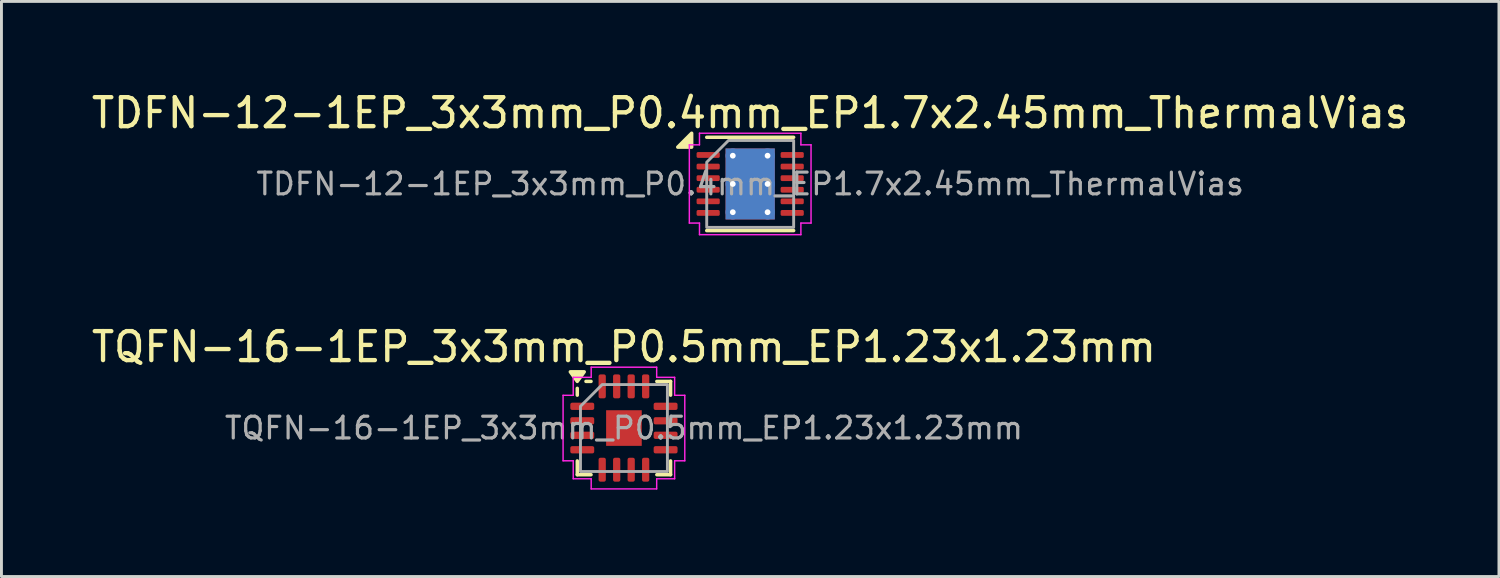
<source format=kicad_pcb>
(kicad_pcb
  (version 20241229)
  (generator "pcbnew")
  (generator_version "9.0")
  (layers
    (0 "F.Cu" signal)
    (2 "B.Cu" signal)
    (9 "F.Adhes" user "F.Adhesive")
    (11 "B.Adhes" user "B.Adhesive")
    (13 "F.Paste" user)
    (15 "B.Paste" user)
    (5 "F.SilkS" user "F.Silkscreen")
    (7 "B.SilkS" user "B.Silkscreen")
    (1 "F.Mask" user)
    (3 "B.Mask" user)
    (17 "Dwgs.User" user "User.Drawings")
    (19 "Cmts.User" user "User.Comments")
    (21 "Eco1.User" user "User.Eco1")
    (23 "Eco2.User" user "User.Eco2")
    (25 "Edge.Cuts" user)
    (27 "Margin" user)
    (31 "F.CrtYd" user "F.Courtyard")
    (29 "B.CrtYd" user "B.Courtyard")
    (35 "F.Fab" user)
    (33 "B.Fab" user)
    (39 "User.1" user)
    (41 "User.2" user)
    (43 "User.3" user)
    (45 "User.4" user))
  (footprint "TQFN-16-1EP_3x3mm_P0.5mm_EP1.23x1.23mm"
    (layer "F.Cu")
    (at 18.482 11.722)
    (property "Reference" "TQFN-16-1EP_3x3mm_P0.5mm_EP1.23x1.23mm" (at 0 -2.8 0) (layer "F.SilkS") (effects (font (size 1 1) (thickness 0.15))))
    (attr smd)
    (fp_line (start -1.61 -1.135) (end -1.61 -1.37) (stroke (width 0.12) (type solid)) (layer "F.SilkS"))
    (fp_line (start -1.61 1.61) (end -1.61 1.135) (stroke (width 0.12) (type solid)) (layer "F.SilkS"))
    (fp_line (start -1.135 -1.61) (end -1.31 -1.61) (stroke (width 0.12) (type solid)) (layer "F.SilkS"))
    (fp_line (start -1.135 1.61) (end -1.61 1.61) (stroke (width 0.12) (type solid)) (layer "F.SilkS"))
    (fp_line (start 1.135 -1.61) (end 1.61 -1.61) (stroke (width 0.12) (type solid)) (layer "F.SilkS"))
    (fp_line (start 1.135 1.61) (end 1.61 1.61) (stroke (width 0.12) (type solid)) (layer "F.SilkS"))
    (fp_line (start 1.61 -1.61) (end 1.61 -1.135) (stroke (width 0.12) (type solid)) (layer "F.SilkS"))
    (fp_line (start 1.61 1.61) (end 1.61 1.135) (stroke (width 0.12) (type solid)) (layer "F.SilkS"))
    (fp_poly (pts (xy -1.61 -1.61) (xy -1.85 -1.94) (xy -1.37 -1.94)) (stroke (width 0.12) (type solid)) (fill yes) (layer "F.SilkS"))
    (fp_line (start -2.1 -1.13) (end -1.75 -1.13) (stroke (width 0.05) (type solid)) (layer "F.CrtYd"))
    (fp_line (start -2.1 1.13) (end -2.1 -1.13) (stroke (width 0.05) (type solid)) (layer "F.CrtYd"))
    (fp_line (start -1.75 -1.75) (end -1.13 -1.75) (stroke (width 0.05) (type solid)) (layer "F.CrtYd"))
    (fp_line (start -1.75 -1.13) (end -1.75 -1.75) (stroke (width 0.05) (type solid)) (layer "F.CrtYd"))
    (fp_line (start -1.75 1.13) (end -2.1 1.13) (stroke (width 0.05) (type solid)) (layer "F.CrtYd"))
    (fp_line (start -1.75 1.75) (end -1.75 1.13) (stroke (width 0.05) (type solid)) (layer "F.CrtYd"))
    (fp_line (start -1.13 -2.1) (end 1.13 -2.1) (stroke (width 0.05) (type solid)) (layer "F.CrtYd"))
    (fp_line (start -1.13 -1.75) (end -1.13 -2.1) (stroke (width 0.05) (type solid)) (layer "F.CrtYd"))
    (fp_line (start -1.13 1.75) (end -1.75 1.75) (stroke (width 0.05) (type solid)) (layer "F.CrtYd"))
    (fp_line (start -1.13 2.1) (end -1.13 1.75) (stroke (width 0.05) (type solid)) (layer "F.CrtYd"))
    (fp_line (start 1.13 -2.1) (end 1.13 -1.75) (stroke (width 0.05) (type solid)) (layer "F.CrtYd"))
    (fp_line (start 1.13 -1.75) (end 1.75 -1.75) (stroke (width 0.05) (type solid)) (layer "F.CrtYd"))
    (fp_line (start 1.13 1.75) (end 1.13 2.1) (stroke (width 0.05) (type solid)) (layer "F.CrtYd"))
    (fp_line (start 1.13 2.1) (end -1.13 2.1) (stroke (width 0.05) (type solid)) (layer "F.CrtYd"))
    (fp_line (start 1.75 -1.75) (end 1.75 -1.13) (stroke (width 0.05) (type solid)) (layer "F.CrtYd"))
    (fp_line (start 1.75 -1.13) (end 2.1 -1.13) (stroke (width 0.05) (type solid)) (layer "F.CrtYd"))
    (fp_line (start 1.75 1.13) (end 1.75 1.75) (stroke (width 0.05) (type solid)) (layer "F.CrtYd"))
    (fp_line (start 1.75 1.75) (end 1.13 1.75) (stroke (width 0.05) (type solid)) (layer "F.CrtYd"))
    (fp_line (start 2.1 -1.13) (end 2.1 1.13) (stroke (width 0.05) (type solid)) (layer "F.CrtYd"))
    (fp_line (start 2.1 1.13) (end 1.75 1.13) (stroke (width 0.05) (type solid)) (layer "F.CrtYd"))
    (fp_poly (pts (xy -1.5 -0.75) (xy -1.5 1.5) (xy 1.5 1.5) (xy 1.5 -1.5) (xy -0.75 -1.5)) (stroke (width 0.1) (type solid)) (fill no) (layer "F.Fab"))
    (fp_text user "${REFERENCE}" (at 0 0 0) (layer "F.Fab") (effects (font (size 0.75 0.75) (thickness 0.11))))
    (pad "" smd roundrect (at -0.31 -0.31) (size 0.5 0.5) (layers "F.Paste") (roundrect_rratio 0.25))
    (pad "" smd roundrect (at -0.31 0.31) (size 0.5 0.5) (layers "F.Paste") (roundrect_rratio 0.25))
    (pad "" smd roundrect (at 0.31 -0.31) (size 0.5 0.5) (layers "F.Paste") (roundrect_rratio 0.25))
    (pad "" smd roundrect (at 0.31 0.31) (size 0.5 0.5) (layers "F.Paste") (roundrect_rratio 0.25))
    (pad "1" smd roundrect (at -1.438 -0.75) (size 0.825 0.25) (layers "F.Cu" "F.Mask" "F.Paste") (roundrect_rratio 0.25))
    (pad "2" smd roundrect (at -1.438 -0.25) (size 0.825 0.25) (layers "F.Cu" "F.Mask" "F.Paste") (roundrect_rratio 0.25))
    (pad "3" smd roundrect (at -1.438 0.25) (size 0.825 0.25) (layers "F.Cu" "F.Mask" "F.Paste") (roundrect_rratio 0.25))
    (pad "4" smd roundrect (at -1.438 0.75) (size 0.825 0.25) (layers "F.Cu" "F.Mask" "F.Paste") (roundrect_rratio 0.25))
    (pad "5" smd roundrect (at -0.75 1.438) (size 0.25 0.825) (layers "F.Cu" "F.Mask" "F.Paste") (roundrect_rratio 0.25))
    (pad "6" smd roundrect (at -0.25 1.438) (size 0.25 0.825) (layers "F.Cu" "F.Mask" "F.Paste") (roundrect_rratio 0.25))
    (pad "7" smd roundrect (at 0.25 1.438) (size 0.25 0.825) (layers "F.Cu" "F.Mask" "F.Paste") (roundrect_rratio 0.25))
    (pad "8" smd roundrect (at 0.75 1.438) (size 0.25 0.825) (layers "F.Cu" "F.Mask" "F.Paste") (roundrect_rratio 0.25))
    (pad "9" smd roundrect (at 1.438 0.75) (size 0.825 0.25) (layers "F.Cu" "F.Mask" "F.Paste") (roundrect_rratio 0.25))
    (pad "10" smd roundrect (at 1.438 0.25) (size 0.825 0.25) (layers "F.Cu" "F.Mask" "F.Paste") (roundrect_rratio 0.25))
    (pad "11" smd roundrect (at 1.438 -0.25) (size 0.825 0.25) (layers "F.Cu" "F.Mask" "F.Paste") (roundrect_rratio 0.25))
    (pad "12" smd roundrect (at 1.438 -0.75) (size 0.825 0.25) (layers "F.Cu" "F.Mask" "F.Paste") (roundrect_rratio 0.25))
    (pad "13" smd roundrect (at 0.75 -1.438) (size 0.25 0.825) (layers "F.Cu" "F.Mask" "F.Paste") (roundrect_rratio 0.25))
    (pad "14" smd roundrect (at 0.25 -1.438) (size 0.25 0.825) (layers "F.Cu" "F.Mask" "F.Paste") (roundrect_rratio 0.25))
    (pad "15" smd roundrect (at -0.25 -1.438) (size 0.25 0.825) (layers "F.Cu" "F.Mask" "F.Paste") (roundrect_rratio 0.25))
    (pad "16" smd roundrect (at -0.75 -1.438) (size 0.25 0.825) (layers "F.Cu" "F.Mask" "F.Paste") (roundrect_rratio 0.25))
    (pad "17" smd rect (at 0 0) (size 1.23 1.23) (property pad_prop_heatsink) (layers "F.Cu" "F.Mask")))
  (footprint "TDFN-12-1EP_3x3mm_P0.4mm_EP1.7x2.45mm_ThermalVias"
    (layer "F.Cu")
    (at 22.839 3.298)
    (property "Reference" "TDFN-12-1EP_3x3mm_P0.4mm_EP1.7x2.45mm_ThermalVias" (at 0 -2.45 0) (layer "F.SilkS") (effects (font (size 1 1) (thickness 0.15))))
    (attr smd)
    (fp_line (start -1.5 -1.61) (end 1.5 -1.61) (stroke (width 0.12) (type solid)) (layer "F.SilkS"))
    (fp_line (start -1.5 1.61) (end 1.5 1.61) (stroke (width 0.12) (type solid)) (layer "F.SilkS"))
    (fp_poly (pts (xy -2.02 -1.27) (xy -2.5 -1.27) (xy -2.02 -1.75)) (stroke (width 0.12) (type solid)) (fill yes) (layer "F.SilkS"))
    (fp_line (start -2.1 -1.35) (end -1.75 -1.35) (stroke (width 0.05) (type solid)) (layer "F.CrtYd"))
    (fp_line (start -2.1 1.35) (end -2.1 -1.35) (stroke (width 0.05) (type solid)) (layer "F.CrtYd"))
    (fp_line (start -1.75 -1.75) (end 1.75 -1.75) (stroke (width 0.05) (type solid)) (layer "F.CrtYd"))
    (fp_line (start -1.75 -1.35) (end -1.75 -1.75) (stroke (width 0.05) (type solid)) (layer "F.CrtYd"))
    (fp_line (start -1.75 1.35) (end -2.1 1.35) (stroke (width 0.05) (type solid)) (layer "F.CrtYd"))
    (fp_line (start -1.75 1.75) (end -1.75 1.35) (stroke (width 0.05) (type solid)) (layer "F.CrtYd"))
    (fp_line (start 1.75 -1.75) (end 1.75 -1.35) (stroke (width 0.05) (type solid)) (layer "F.CrtYd"))
    (fp_line (start 1.75 -1.35) (end 2.1 -1.35) (stroke (width 0.05) (type solid)) (layer "F.CrtYd"))
    (fp_line (start 1.75 1.35) (end 1.75 1.75) (stroke (width 0.05) (type solid)) (layer "F.CrtYd"))
    (fp_line (start 1.75 1.75) (end -1.75 1.75) (stroke (width 0.05) (type solid)) (layer "F.CrtYd"))
    (fp_line (start 2.1 -1.35) (end 2.1 1.35) (stroke (width 0.05) (type solid)) (layer "F.CrtYd"))
    (fp_line (start 2.1 1.35) (end 1.75 1.35) (stroke (width 0.05) (type solid)) (layer "F.CrtYd"))
    (fp_poly (pts (xy -1.5 -0.75) (xy -1.5 1.5) (xy 1.5 1.5) (xy 1.5 -1.5) (xy -0.75 -1.5)) (stroke (width 0.1) (type solid)) (fill no) (layer "F.Fab"))
    (fp_text user "${REFERENCE}" (at 0 0 0) (layer "F.Fab") (effects (font (size 0.75 0.75) (thickness 0.11))))
    (pad "" smd roundrect (at -0.57 -0.915) (size 0.46 0.49) (layers "F.Paste") (roundrect_rratio 0.25))
    (pad "" smd roundrect (at -0.57 -0.305) (size 0.46 0.49) (layers "F.Paste") (roundrect_rratio 0.25))
    (pad "" smd roundrect (at -0.57 0.305) (size 0.46 0.49) (layers "F.Paste") (roundrect_rratio 0.25))
    (pad "" smd roundrect (at -0.57 0.915) (size 0.46 0.49) (layers "F.Paste") (roundrect_rratio 0.25))
    (pad "" smd roundrect (at 0 -0.915) (size 0.46 0.49) (layers "F.Paste") (roundrect_rratio 0.25))
    (pad "" smd roundrect (at 0 -0.305) (size 0.46 0.49) (layers "F.Paste") (roundrect_rratio 0.25))
    (pad "" smd roundrect (at 0 0.305) (size 0.46 0.49) (layers "F.Paste") (roundrect_rratio 0.25))
    (pad "" smd roundrect (at 0 0.915) (size 0.46 0.49) (layers "F.Paste") (roundrect_rratio 0.25))
    (pad "" smd roundrect (at 0.57 -0.915) (size 0.46 0.49) (layers "F.Paste") (roundrect_rratio 0.25))
    (pad "" smd roundrect (at 0.57 -0.305) (size 0.46 0.49) (layers "F.Paste") (roundrect_rratio 0.25))
    (pad "" smd roundrect (at 0.57 0.305) (size 0.46 0.49) (layers "F.Paste") (roundrect_rratio 0.25))
    (pad "" smd roundrect (at 0.57 0.915) (size 0.46 0.49) (layers "F.Paste") (roundrect_rratio 0.25))
    (pad "1" smd roundrect (at -1.45 -1) (size 0.8 0.2) (layers "F.Cu" "F.Mask" "F.Paste") (roundrect_rratio 0.25))
    (pad "2" smd roundrect (at -1.45 -0.6) (size 0.8 0.2) (layers "F.Cu" "F.Mask" "F.Paste") (roundrect_rratio 0.25))
    (pad "3" smd roundrect (at -1.45 -0.2) (size 0.8 0.2) (layers "F.Cu" "F.Mask" "F.Paste") (roundrect_rratio 0.25))
    (pad "4" smd roundrect (at -1.45 0.2) (size 0.8 0.2) (layers "F.Cu" "F.Mask" "F.Paste") (roundrect_rratio 0.25))
    (pad "5" smd roundrect (at -1.45 0.6) (size 0.8 0.2) (layers "F.Cu" "F.Mask" "F.Paste") (roundrect_rratio 0.25))
    (pad "6" smd roundrect (at -1.45 1) (size 0.8 0.2) (layers "F.Cu" "F.Mask" "F.Paste") (roundrect_rratio 0.25))
    (pad "7" smd roundrect (at 1.45 1) (size 0.8 0.2) (layers "F.Cu" "F.Mask" "F.Paste") (roundrect_rratio 0.25))
    (pad "8" smd roundrect (at 1.45 0.6) (size 0.8 0.2) (layers "F.Cu" "F.Mask" "F.Paste") (roundrect_rratio 0.25))
    (pad "9" smd roundrect (at 1.45 0.2) (size 0.8 0.2) (layers "F.Cu" "F.Mask" "F.Paste") (roundrect_rratio 0.25))
    (pad "10" smd roundrect (at 1.45 -0.2) (size 0.8 0.2) (layers "F.Cu" "F.Mask" "F.Paste") (roundrect_rratio 0.25))
    (pad "11" smd roundrect (at 1.45 -0.6) (size 0.8 0.2) (layers "F.Cu" "F.Mask" "F.Paste") (roundrect_rratio 0.25))
    (pad "12" smd roundrect (at 1.45 -1) (size 0.8 0.2) (layers "F.Cu" "F.Mask" "F.Paste") (roundrect_rratio 0.25))
    (pad "13" thru_hole circle (at -0.6 -0.975) (size 0.5 0.5) (drill 0.2) (property pad_prop_heatsink) (layers "*.Cu"))
    (pad "13" thru_hole circle (at -0.6 0) (size 0.5 0.5) (drill 0.2) (property pad_prop_heatsink) (layers "*.Cu"))
    (pad "13" thru_hole circle (at -0.6 0.975) (size 0.5 0.5) (drill 0.2) (property pad_prop_heatsink) (layers "*.Cu"))
    (pad "13" smd rect (at 0 0) (size 1.7 2.45) (property pad_prop_heatsink) (layers "F.Cu" "F.Mask"))
    (pad "13" smd rect (at 0 0) (size 1.7 2.45) (property pad_prop_heatsink) (layers "B.Cu"))
    (pad "13" thru_hole circle (at 0.6 -0.975) (size 0.5 0.5) (drill 0.2) (property pad_prop_heatsink) (layers "*.Cu"))
    (pad "13" thru_hole circle (at 0.6 0) (size 0.5 0.5) (drill 0.2) (property pad_prop_heatsink) (layers "*.Cu"))
    (pad "13" thru_hole circle (at 0.6 0.975) (size 0.5 0.5) (drill 0.2) (property pad_prop_heatsink) (layers "*.Cu")))
  (gr_rect
    (start -3 -3)
    (end 48.679 16.846)
    (stroke (width 0.1) (type default))
    (fill no)
    (layer "Edge.Cuts")))
</source>
